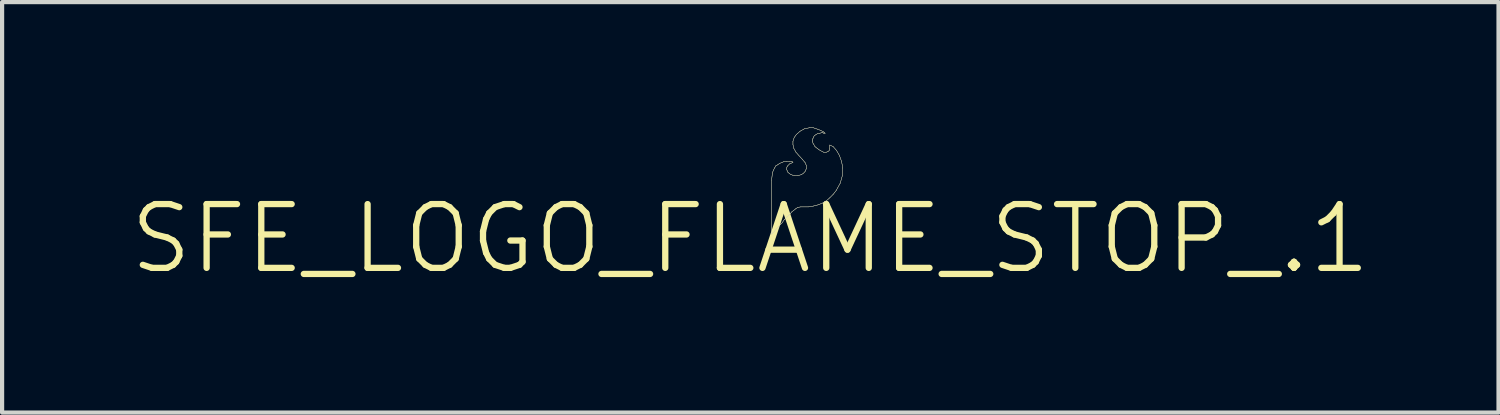
<source format=kicad_pcb>
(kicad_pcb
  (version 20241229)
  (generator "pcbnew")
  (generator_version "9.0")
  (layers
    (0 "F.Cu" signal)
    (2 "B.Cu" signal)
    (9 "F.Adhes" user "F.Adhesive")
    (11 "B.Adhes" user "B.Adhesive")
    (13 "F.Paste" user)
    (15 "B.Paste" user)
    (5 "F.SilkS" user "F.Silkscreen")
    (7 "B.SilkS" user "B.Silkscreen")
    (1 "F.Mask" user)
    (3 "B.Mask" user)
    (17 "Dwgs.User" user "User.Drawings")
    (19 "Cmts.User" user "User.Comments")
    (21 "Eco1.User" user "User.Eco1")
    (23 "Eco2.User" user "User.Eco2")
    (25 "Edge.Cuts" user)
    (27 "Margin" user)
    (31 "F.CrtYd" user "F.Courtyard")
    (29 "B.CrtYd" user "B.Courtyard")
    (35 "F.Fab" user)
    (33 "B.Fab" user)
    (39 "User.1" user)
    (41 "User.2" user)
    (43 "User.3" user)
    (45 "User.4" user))
  (footprint "SFE_LOGO_FLAME_STOP_.1"
    (layer "F.Cu")
    (at 14.877 2.653)
    (property "Reference" "SFE_LOGO_FLAME_STOP_.1" (at 0 0 0) (layer "F.SilkS") (effects (font (size 1.524 1.524) (thickness 0.15))))
    (attr exclude_from_pos_files exclude_from_bom)
    (fp_line (start 0.508 -1.389) (end 0.508 -0.109) (stroke (width 0.008) (type solid)) (layer "F.SilkS"))
    (fp_line (start 0.508 -0.109) (end 0.518 -0.109) (stroke (width 0.008) (type solid)) (layer "F.SilkS"))
    (fp_line (start 0.518 -0.109) (end 0.538 -0.14) (stroke (width 0.008) (type solid)) (layer "F.SilkS"))
    (fp_line (start 0.528 -1.57) (end 0.508 -1.389) (stroke (width 0.008) (type solid)) (layer "F.SilkS"))
    (fp_line (start 0.538 -0.14) (end 0.569 -0.168) (stroke (width 0.008) (type solid)) (layer "F.SilkS"))
    (fp_line (start 0.549 -1.628) (end 0.528 -1.57) (stroke (width 0.008) (type solid)) (layer "F.SilkS"))
    (fp_line (start 0.569 -0.168) (end 0.599 -0.208) (stroke (width 0.008) (type solid)) (layer "F.SilkS"))
    (fp_line (start 0.579 -1.689) (end 0.549 -1.628) (stroke (width 0.008) (type solid)) (layer "F.SilkS"))
    (fp_line (start 0.599 -0.208) (end 0.648 -0.259) (stroke (width 0.008) (type solid)) (layer "F.SilkS"))
    (fp_line (start 0.61 -1.74) (end 0.579 -1.689) (stroke (width 0.008) (type solid)) (layer "F.SilkS"))
    (fp_line (start 0.648 -0.259) (end 0.699 -0.318) (stroke (width 0.008) (type solid)) (layer "F.SilkS"))
    (fp_line (start 0.658 -1.768) (end 0.61 -1.74) (stroke (width 0.008) (type solid)) (layer "F.SilkS"))
    (fp_line (start 0.699 -1.798) (end 0.658 -1.768) (stroke (width 0.008) (type solid)) (layer "F.SilkS"))
    (fp_line (start 0.699 -0.318) (end 0.759 -0.378) (stroke (width 0.008) (type solid)) (layer "F.SilkS"))
    (fp_line (start 0.759 -0.378) (end 0.808 -0.45) (stroke (width 0.008) (type solid)) (layer "F.SilkS"))
    (fp_line (start 0.798 -1.839) (end 0.699 -1.798) (stroke (width 0.008) (type solid)) (layer "F.SilkS"))
    (fp_line (start 0.808 -0.45) (end 0.94 -0.579) (stroke (width 0.008) (type solid)) (layer "F.SilkS"))
    (fp_line (start 0.859 -1.849) (end 0.798 -1.839) (stroke (width 0.008) (type solid)) (layer "F.SilkS"))
    (fp_line (start 0.869 -1.689) (end 0.879 -1.72) (stroke (width 0.008) (type solid)) (layer "F.SilkS"))
    (fp_line (start 0.869 -1.659) (end 0.869 -1.689) (stroke (width 0.008) (type solid)) (layer "F.SilkS"))
    (fp_line (start 0.879 -1.72) (end 0.899 -1.748) (stroke (width 0.008) (type solid)) (layer "F.SilkS"))
    (fp_line (start 0.879 -1.628) (end 0.869 -1.659) (stroke (width 0.008) (type solid)) (layer "F.SilkS"))
    (fp_line (start 0.899 -1.748) (end 0.94 -1.788) (stroke (width 0.008) (type solid)) (layer "F.SilkS"))
    (fp_line (start 0.899 -1.587) (end 0.879 -1.628) (stroke (width 0.008) (type solid)) (layer "F.SilkS"))
    (fp_line (start 0.93 -1.56) (end 0.899 -1.587) (stroke (width 0.008) (type solid)) (layer "F.SilkS"))
    (fp_line (start 0.94 -1.849) (end 0.859 -1.849) (stroke (width 0.008) (type solid)) (layer "F.SilkS"))
    (fp_line (start 0.94 -1.788) (end 0.968 -1.798) (stroke (width 0.008) (type solid)) (layer "F.SilkS"))
    (fp_line (start 0.94 -0.579) (end 0.988 -0.638) (stroke (width 0.008) (type solid)) (layer "F.SilkS"))
    (fp_line (start 0.958 -1.539) (end 0.93 -1.56) (stroke (width 0.008) (type solid)) (layer "F.SilkS"))
    (fp_line (start 0.968 -1.798) (end 1.008 -1.819) (stroke (width 0.008) (type solid)) (layer "F.SilkS"))
    (fp_line (start 0.978 -1.839) (end 0.94 -1.849) (stroke (width 0.008) (type solid)) (layer "F.SilkS"))
    (fp_line (start 0.988 -0.638) (end 1.09 -0.719) (stroke (width 0.008) (type solid)) (layer "F.SilkS"))
    (fp_line (start 0.998 -1.839) (end 0.978 -1.839) (stroke (width 0.008) (type solid)) (layer "F.SilkS"))
    (fp_line (start 1.008 -1.819) (end 1.019 -1.829) (stroke (width 0.008) (type solid)) (layer "F.SilkS"))
    (fp_line (start 1.008 -1.519) (end 0.958 -1.539) (stroke (width 0.008) (type solid)) (layer "F.SilkS"))
    (fp_line (start 1.019 -2.329) (end 1.019 -2.248) (stroke (width 0.008) (type solid)) (layer "F.SilkS"))
    (fp_line (start 1.019 -2.248) (end 1.039 -2.159) (stroke (width 0.008) (type solid)) (layer "F.SilkS"))
    (fp_line (start 1.019 -1.829) (end 0.998 -1.839) (stroke (width 0.008) (type solid)) (layer "F.SilkS"))
    (fp_line (start 1.039 -2.159) (end 1.09 -2.068) (stroke (width 0.008) (type solid)) (layer "F.SilkS"))
    (fp_line (start 1.049 -2.418) (end 1.019 -2.329) (stroke (width 0.008) (type solid)) (layer "F.SilkS"))
    (fp_line (start 1.059 -1.509) (end 1.008 -1.519) (stroke (width 0.008) (type solid)) (layer "F.SilkS"))
    (fp_line (start 1.09 -2.068) (end 1.158 -1.989) (stroke (width 0.008) (type solid)) (layer "F.SilkS"))
    (fp_line (start 1.09 -0.719) (end 1.138 -0.749) (stroke (width 0.008) (type solid)) (layer "F.SilkS"))
    (fp_line (start 1.1 -2.489) (end 1.049 -2.418) (stroke (width 0.008) (type solid)) (layer "F.SilkS"))
    (fp_line (start 1.138 -1.509) (end 1.059 -1.509) (stroke (width 0.008) (type solid)) (layer "F.SilkS"))
    (fp_line (start 1.138 -0.749) (end 1.199 -0.759) (stroke (width 0.008) (type solid)) (layer "F.SilkS"))
    (fp_line (start 1.158 -1.989) (end 1.24 -1.9) (stroke (width 0.008) (type solid)) (layer "F.SilkS"))
    (fp_line (start 1.189 -2.568) (end 1.1 -2.489) (stroke (width 0.008) (type solid)) (layer "F.SilkS"))
    (fp_line (start 1.199 -0.759) (end 1.389 -0.759) (stroke (width 0.008) (type solid)) (layer "F.SilkS"))
    (fp_line (start 1.219 -1.529) (end 1.138 -1.509) (stroke (width 0.008) (type solid)) (layer "F.SilkS"))
    (fp_line (start 1.24 -1.9) (end 1.308 -1.819) (stroke (width 0.008) (type solid)) (layer "F.SilkS"))
    (fp_line (start 1.278 -1.57) (end 1.219 -1.529) (stroke (width 0.008) (type solid)) (layer "F.SilkS"))
    (fp_line (start 1.298 -2.629) (end 1.189 -2.568) (stroke (width 0.008) (type solid)) (layer "F.SilkS"))
    (fp_line (start 1.308 -1.819) (end 1.339 -1.748) (stroke (width 0.008) (type solid)) (layer "F.SilkS"))
    (fp_line (start 1.318 -1.618) (end 1.278 -1.57) (stroke (width 0.008) (type solid)) (layer "F.SilkS"))
    (fp_line (start 1.339 -1.748) (end 1.339 -1.679) (stroke (width 0.008) (type solid)) (layer "F.SilkS"))
    (fp_line (start 1.339 -1.679) (end 1.318 -1.618) (stroke (width 0.008) (type solid)) (layer "F.SilkS"))
    (fp_line (start 1.389 -0.759) (end 1.509 -0.78) (stroke (width 0.008) (type solid)) (layer "F.SilkS"))
    (fp_line (start 1.41 -2.649) (end 1.298 -2.629) (stroke (width 0.008) (type solid)) (layer "F.SilkS"))
    (fp_line (start 1.478 -2.349) (end 1.488 -2.38) (stroke (width 0.008) (type solid)) (layer "F.SilkS"))
    (fp_line (start 1.488 -2.38) (end 1.499 -2.398) (stroke (width 0.008) (type solid)) (layer "F.SilkS"))
    (fp_line (start 1.488 -2.319) (end 1.478 -2.349) (stroke (width 0.008) (type solid)) (layer "F.SilkS"))
    (fp_line (start 1.499 -2.398) (end 1.509 -2.428) (stroke (width 0.008) (type solid)) (layer "F.SilkS"))
    (fp_line (start 1.499 -2.278) (end 1.488 -2.319) (stroke (width 0.008) (type solid)) (layer "F.SilkS"))
    (fp_line (start 1.509 -2.649) (end 1.41 -2.649) (stroke (width 0.008) (type solid)) (layer "F.SilkS"))
    (fp_line (start 1.509 -2.428) (end 1.529 -2.459) (stroke (width 0.008) (type solid)) (layer "F.SilkS"))
    (fp_line (start 1.509 -0.78) (end 1.618 -0.808) (stroke (width 0.008) (type solid)) (layer "F.SilkS"))
    (fp_line (start 1.519 -2.248) (end 1.499 -2.278) (stroke (width 0.008) (type solid)) (layer "F.SilkS"))
    (fp_line (start 1.529 -2.459) (end 1.57 -2.489) (stroke (width 0.008) (type solid)) (layer "F.SilkS"))
    (fp_line (start 1.539 -2.21) (end 1.519 -2.248) (stroke (width 0.008) (type solid)) (layer "F.SilkS"))
    (fp_line (start 1.57 -2.489) (end 1.608 -2.51) (stroke (width 0.008) (type solid)) (layer "F.SilkS"))
    (fp_line (start 1.57 -2.179) (end 1.539 -2.21) (stroke (width 0.008) (type solid)) (layer "F.SilkS"))
    (fp_line (start 1.598 -2.619) (end 1.509 -2.649) (stroke (width 0.008) (type solid)) (layer "F.SilkS"))
    (fp_line (start 1.598 -2.159) (end 1.57 -2.179) (stroke (width 0.008) (type solid)) (layer "F.SilkS"))
    (fp_line (start 1.608 -2.51) (end 1.659 -2.52) (stroke (width 0.008) (type solid)) (layer "F.SilkS"))
    (fp_line (start 1.618 -0.808) (end 1.72 -0.848) (stroke (width 0.008) (type solid)) (layer "F.SilkS"))
    (fp_line (start 1.638 -2.129) (end 1.598 -2.159) (stroke (width 0.008) (type solid)) (layer "F.SilkS"))
    (fp_line (start 1.659 -2.52) (end 1.699 -2.53) (stroke (width 0.008) (type solid)) (layer "F.SilkS"))
    (fp_line (start 1.669 -2.108) (end 1.638 -2.129) (stroke (width 0.008) (type solid)) (layer "F.SilkS"))
    (fp_line (start 1.679 -2.588) (end 1.598 -2.619) (stroke (width 0.008) (type solid)) (layer "F.SilkS"))
    (fp_line (start 1.699 -2.53) (end 1.73 -2.53) (stroke (width 0.008) (type solid)) (layer "F.SilkS"))
    (fp_line (start 1.72 -0.848) (end 1.819 -0.909) (stroke (width 0.008) (type solid)) (layer "F.SilkS"))
    (fp_line (start 1.73 -2.53) (end 1.758 -2.52) (stroke (width 0.008) (type solid)) (layer "F.SilkS"))
    (fp_line (start 1.74 -2.558) (end 1.679 -2.588) (stroke (width 0.008) (type solid)) (layer "F.SilkS"))
    (fp_line (start 1.748 -2.068) (end 1.669 -2.108) (stroke (width 0.008) (type solid)) (layer "F.SilkS"))
    (fp_line (start 1.758 -2.52) (end 1.788 -2.52) (stroke (width 0.008) (type solid)) (layer "F.SilkS"))
    (fp_line (start 1.778 -2.53) (end 1.74 -2.558) (stroke (width 0.008) (type solid)) (layer "F.SilkS"))
    (fp_line (start 1.788 -2.52) (end 1.778 -2.53) (stroke (width 0.008) (type solid)) (layer "F.SilkS"))
    (fp_line (start 1.819 -2.068) (end 1.748 -2.068) (stroke (width 0.008) (type solid)) (layer "F.SilkS"))
    (fp_line (start 1.819 -0.909) (end 1.9 -0.978) (stroke (width 0.008) (type solid)) (layer "F.SilkS"))
    (fp_line (start 1.849 -2.078) (end 1.819 -2.068) (stroke (width 0.008) (type solid)) (layer "F.SilkS"))
    (fp_line (start 1.88 -2.098) (end 1.849 -2.078) (stroke (width 0.008) (type solid)) (layer "F.SilkS"))
    (fp_line (start 1.9 -2.238) (end 1.9 -2.159) (stroke (width 0.008) (type solid)) (layer "F.SilkS"))
    (fp_line (start 1.9 -2.159) (end 1.88 -2.098) (stroke (width 0.008) (type solid)) (layer "F.SilkS"))
    (fp_line (start 1.9 -0.978) (end 1.979 -1.059) (stroke (width 0.008) (type solid)) (layer "F.SilkS"))
    (fp_line (start 1.979 -2.2) (end 1.9 -2.238) (stroke (width 0.008) (type solid)) (layer "F.SilkS"))
    (fp_line (start 1.979 -1.059) (end 2.05 -1.148) (stroke (width 0.008) (type solid)) (layer "F.SilkS"))
    (fp_line (start 2.05 -1.148) (end 2.149 -1.328) (stroke (width 0.008) (type solid)) (layer "F.SilkS"))
    (fp_line (start 2.06 -2.108) (end 1.979 -2.2) (stroke (width 0.008) (type solid)) (layer "F.SilkS"))
    (fp_line (start 2.129 -1.989) (end 2.06 -2.108) (stroke (width 0.008) (type solid)) (layer "F.SilkS"))
    (fp_line (start 2.149 -1.328) (end 2.2 -1.509) (stroke (width 0.008) (type solid)) (layer "F.SilkS"))
    (fp_line (start 2.179 -1.849) (end 2.129 -1.989) (stroke (width 0.008) (type solid)) (layer "F.SilkS"))
    (fp_line (start 2.2 -1.509) (end 2.21 -1.689) (stroke (width 0.008) (type solid)) (layer "F.SilkS"))
    (fp_line (start 2.21 -1.689) (end 2.179 -1.849) (stroke (width 0.008) (type solid)) (layer "F.SilkS"))
    (fp_line (start 0.508 -1.389) (end 0.508 -0.109) (stroke (width 0.008) (type solid)) (layer "Dwgs.User"))
    (fp_line (start 0.508 -0.109) (end 0.518 -0.109) (stroke (width 0.008) (type solid)) (layer "Dwgs.User"))
    (fp_line (start 0.518 -0.109) (end 0.538 -0.14) (stroke (width 0.008) (type solid)) (layer "Dwgs.User"))
    (fp_line (start 0.528 -1.57) (end 0.508 -1.389) (stroke (width 0.008) (type solid)) (layer "Dwgs.User"))
    (fp_line (start 0.538 -0.14) (end 0.569 -0.168) (stroke (width 0.008) (type solid)) (layer "Dwgs.User"))
    (fp_line (start 0.549 -1.628) (end 0.528 -1.57) (stroke (width 0.008) (type solid)) (layer "Dwgs.User"))
    (fp_line (start 0.569 -0.168) (end 0.599 -0.208) (stroke (width 0.008) (type solid)) (layer "Dwgs.User"))
    (fp_line (start 0.579 -1.689) (end 0.549 -1.628) (stroke (width 0.008) (type solid)) (layer "Dwgs.User"))
    (fp_line (start 0.599 -0.208) (end 0.648 -0.259) (stroke (width 0.008) (type solid)) (layer "Dwgs.User"))
    (fp_line (start 0.61 -1.74) (end 0.579 -1.689) (stroke (width 0.008) (type solid)) (layer "Dwgs.User"))
    (fp_line (start 0.648 -0.259) (end 0.699 -0.318) (stroke (width 0.008) (type solid)) (layer "Dwgs.User"))
    (fp_line (start 0.658 -1.768) (end 0.61 -1.74) (stroke (width 0.008) (type solid)) (layer "Dwgs.User"))
    (fp_line (start 0.699 -1.798) (end 0.658 -1.768) (stroke (width 0.008) (type solid)) (layer "Dwgs.User"))
    (fp_line (start 0.699 -0.318) (end 0.759 -0.378) (stroke (width 0.008) (type solid)) (layer "Dwgs.User"))
    (fp_line (start 0.759 -0.378) (end 0.808 -0.45) (stroke (width 0.008) (type solid)) (layer "Dwgs.User"))
    (fp_line (start 0.798 -1.839) (end 0.699 -1.798) (stroke (width 0.008) (type solid)) (layer "Dwgs.User"))
    (fp_line (start 0.808 -0.45) (end 0.94 -0.579) (stroke (width 0.008) (type solid)) (layer "Dwgs.User"))
    (fp_line (start 0.859 -1.849) (end 0.798 -1.839) (stroke (width 0.008) (type solid)) (layer "Dwgs.User"))
    (fp_line (start 0.869 -1.689) (end 0.879 -1.72) (stroke (width 0.008) (type solid)) (layer "Dwgs.User"))
    (fp_line (start 0.869 -1.659) (end 0.869 -1.689) (stroke (width 0.008) (type solid)) (layer "Dwgs.User"))
    (fp_line (start 0.879 -1.72) (end 0.899 -1.748) (stroke (width 0.008) (type solid)) (layer "Dwgs.User"))
    (fp_line (start 0.879 -1.628) (end 0.869 -1.659) (stroke (width 0.008) (type solid)) (layer "Dwgs.User"))
    (fp_line (start 0.899 -1.748) (end 0.94 -1.788) (stroke (width 0.008) (type solid)) (layer "Dwgs.User"))
    (fp_line (start 0.899 -1.587) (end 0.879 -1.628) (stroke (width 0.008) (type solid)) (layer "Dwgs.User"))
    (fp_line (start 0.93 -1.56) (end 0.899 -1.587) (stroke (width 0.008) (type solid)) (layer "Dwgs.User"))
    (fp_line (start 0.94 -1.849) (end 0.859 -1.849) (stroke (width 0.008) (type solid)) (layer "Dwgs.User"))
    (fp_line (start 0.94 -1.788) (end 0.968 -1.798) (stroke (width 0.008) (type solid)) (layer "Dwgs.User"))
    (fp_line (start 0.94 -0.579) (end 0.988 -0.638) (stroke (width 0.008) (type solid)) (layer "Dwgs.User"))
    (fp_line (start 0.958 -1.539) (end 0.93 -1.56) (stroke (width 0.008) (type solid)) (layer "Dwgs.User"))
    (fp_line (start 0.968 -1.798) (end 1.008 -1.819) (stroke (width 0.008) (type solid)) (layer "Dwgs.User"))
    (fp_line (start 0.978 -1.839) (end 0.94 -1.849) (stroke (width 0.008) (type solid)) (layer "Dwgs.User"))
    (fp_line (start 0.988 -0.638) (end 1.09 -0.719) (stroke (width 0.008) (type solid)) (layer "Dwgs.User"))
    (fp_line (start 0.998 -1.839) (end 0.978 -1.839) (stroke (width 0.008) (type solid)) (layer "Dwgs.User"))
    (fp_line (start 1.008 -1.819) (end 1.019 -1.829) (stroke (width 0.008) (type solid)) (layer "Dwgs.User"))
    (fp_line (start 1.008 -1.519) (end 0.958 -1.539) (stroke (width 0.008) (type solid)) (layer "Dwgs.User"))
    (fp_line (start 1.019 -2.329) (end 1.019 -2.248) (stroke (width 0.008) (type solid)) (layer "Dwgs.User"))
    (fp_line (start 1.019 -2.248) (end 1.039 -2.159) (stroke (width 0.008) (type solid)) (layer "Dwgs.User"))
    (fp_line (start 1.019 -1.829) (end 0.998 -1.839) (stroke (width 0.008) (type solid)) (layer "Dwgs.User"))
    (fp_line (start 1.039 -2.159) (end 1.09 -2.068) (stroke (width 0.008) (type solid)) (layer "Dwgs.User"))
    (fp_line (start 1.049 -2.418) (end 1.019 -2.329) (stroke (width 0.008) (type solid)) (layer "Dwgs.User"))
    (fp_line (start 1.059 -1.509) (end 1.008 -1.519) (stroke (width 0.008) (type solid)) (layer "Dwgs.User"))
    (fp_line (start 1.09 -2.068) (end 1.158 -1.989) (stroke (width 0.008) (type solid)) (layer "Dwgs.User"))
    (fp_line (start 1.09 -0.719) (end 1.138 -0.749) (stroke (width 0.008) (type solid)) (layer "Dwgs.User"))
    (fp_line (start 1.1 -2.489) (end 1.049 -2.418) (stroke (width 0.008) (type solid)) (layer "Dwgs.User"))
    (fp_line (start 1.138 -1.509) (end 1.059 -1.509) (stroke (width 0.008) (type solid)) (layer "Dwgs.User"))
    (fp_line (start 1.138 -0.749) (end 1.199 -0.759) (stroke (width 0.008) (type solid)) (layer "Dwgs.User"))
    (fp_line (start 1.158 -1.989) (end 1.24 -1.9) (stroke (width 0.008) (type solid)) (layer "Dwgs.User"))
    (fp_line (start 1.189 -2.568) (end 1.1 -2.489) (stroke (width 0.008) (type solid)) (layer "Dwgs.User"))
    (fp_line (start 1.199 -0.759) (end 1.389 -0.759) (stroke (width 0.008) (type solid)) (layer "Dwgs.User"))
    (fp_line (start 1.219 -1.529) (end 1.138 -1.509) (stroke (width 0.008) (type solid)) (layer "Dwgs.User"))
    (fp_line (start 1.24 -1.9) (end 1.308 -1.819) (stroke (width 0.008) (type solid)) (layer "Dwgs.User"))
    (fp_line (start 1.278 -1.57) (end 1.219 -1.529) (stroke (width 0.008) (type solid)) (layer "Dwgs.User"))
    (fp_line (start 1.298 -2.629) (end 1.189 -2.568) (stroke (width 0.008) (type solid)) (layer "Dwgs.User"))
    (fp_line (start 1.308 -1.819) (end 1.339 -1.748) (stroke (width 0.008) (type solid)) (layer "Dwgs.User"))
    (fp_line (start 1.318 -1.618) (end 1.278 -1.57) (stroke (width 0.008) (type solid)) (layer "Dwgs.User"))
    (fp_line (start 1.339 -1.748) (end 1.339 -1.679) (stroke (width 0.008) (type solid)) (layer "Dwgs.User"))
    (fp_line (start 1.339 -1.679) (end 1.318 -1.618) (stroke (width 0.008) (type solid)) (layer "Dwgs.User"))
    (fp_line (start 1.389 -0.759) (end 1.509 -0.78) (stroke (width 0.008) (type solid)) (layer "Dwgs.User"))
    (fp_line (start 1.41 -2.649) (end 1.298 -2.629) (stroke (width 0.008) (type solid)) (layer "Dwgs.User"))
    (fp_line (start 1.478 -2.349) (end 1.488 -2.38) (stroke (width 0.008) (type solid)) (layer "Dwgs.User"))
    (fp_line (start 1.488 -2.38) (end 1.499 -2.398) (stroke (width 0.008) (type solid)) (layer "Dwgs.User"))
    (fp_line (start 1.488 -2.319) (end 1.478 -2.349) (stroke (width 0.008) (type solid)) (layer "Dwgs.User"))
    (fp_line (start 1.499 -2.398) (end 1.509 -2.428) (stroke (width 0.008) (type solid)) (layer "Dwgs.User"))
    (fp_line (start 1.499 -2.278) (end 1.488 -2.319) (stroke (width 0.008) (type solid)) (layer "Dwgs.User"))
    (fp_line (start 1.509 -2.649) (end 1.41 -2.649) (stroke (width 0.008) (type solid)) (layer "Dwgs.User"))
    (fp_line (start 1.509 -2.428) (end 1.529 -2.459) (stroke (width 0.008) (type solid)) (layer "Dwgs.User"))
    (fp_line (start 1.509 -0.78) (end 1.618 -0.808) (stroke (width 0.008) (type solid)) (layer "Dwgs.User"))
    (fp_line (start 1.519 -2.248) (end 1.499 -2.278) (stroke (width 0.008) (type solid)) (layer "Dwgs.User"))
    (fp_line (start 1.529 -2.459) (end 1.57 -2.489) (stroke (width 0.008) (type solid)) (layer "Dwgs.User"))
    (fp_line (start 1.539 -2.21) (end 1.519 -2.248) (stroke (width 0.008) (type solid)) (layer "Dwgs.User"))
    (fp_line (start 1.57 -2.489) (end 1.608 -2.51) (stroke (width 0.008) (type solid)) (layer "Dwgs.User"))
    (fp_line (start 1.57 -2.179) (end 1.539 -2.21) (stroke (width 0.008) (type solid)) (layer "Dwgs.User"))
    (fp_line (start 1.598 -2.619) (end 1.509 -2.649) (stroke (width 0.008) (type solid)) (layer "Dwgs.User"))
    (fp_line (start 1.598 -2.159) (end 1.57 -2.179) (stroke (width 0.008) (type solid)) (layer "Dwgs.User"))
    (fp_line (start 1.608 -2.51) (end 1.659 -2.52) (stroke (width 0.008) (type solid)) (layer "Dwgs.User"))
    (fp_line (start 1.618 -0.808) (end 1.72 -0.848) (stroke (width 0.008) (type solid)) (layer "Dwgs.User"))
    (fp_line (start 1.638 -2.129) (end 1.598 -2.159) (stroke (width 0.008) (type solid)) (layer "Dwgs.User"))
    (fp_line (start 1.659 -2.52) (end 1.699 -2.53) (stroke (width 0.008) (type solid)) (layer "Dwgs.User"))
    (fp_line (start 1.669 -2.108) (end 1.638 -2.129) (stroke (width 0.008) (type solid)) (layer "Dwgs.User"))
    (fp_line (start 1.679 -2.588) (end 1.598 -2.619) (stroke (width 0.008) (type solid)) (layer "Dwgs.User"))
    (fp_line (start 1.699 -2.53) (end 1.73 -2.53) (stroke (width 0.008) (type solid)) (layer "Dwgs.User"))
    (fp_line (start 1.72 -0.848) (end 1.819 -0.909) (stroke (width 0.008) (type solid)) (layer "Dwgs.User"))
    (fp_line (start 1.73 -2.53) (end 1.758 -2.52) (stroke (width 0.008) (type solid)) (layer "Dwgs.User"))
    (fp_line (start 1.74 -2.558) (end 1.679 -2.588) (stroke (width 0.008) (type solid)) (layer "Dwgs.User"))
    (fp_line (start 1.748 -2.068) (end 1.669 -2.108) (stroke (width 0.008) (type solid)) (layer "Dwgs.User"))
    (fp_line (start 1.758 -2.52) (end 1.788 -2.52) (stroke (width 0.008) (type solid)) (layer "Dwgs.User"))
    (fp_line (start 1.778 -2.53) (end 1.74 -2.558) (stroke (width 0.008) (type solid)) (layer "Dwgs.User"))
    (fp_line (start 1.788 -2.52) (end 1.778 -2.53) (stroke (width 0.008) (type solid)) (layer "Dwgs.User"))
    (fp_line (start 1.819 -2.068) (end 1.748 -2.068) (stroke (width 0.008) (type solid)) (layer "Dwgs.User"))
    (fp_line (start 1.819 -0.909) (end 1.9 -0.978) (stroke (width 0.008) (type solid)) (layer "Dwgs.User"))
    (fp_line (start 1.849 -2.078) (end 1.819 -2.068) (stroke (width 0.008) (type solid)) (layer "Dwgs.User"))
    (fp_line (start 1.88 -2.098) (end 1.849 -2.078) (stroke (width 0.008) (type solid)) (layer "Dwgs.User"))
    (fp_line (start 1.9 -2.238) (end 1.9 -2.159) (stroke (width 0.008) (type solid)) (layer "Dwgs.User"))
    (fp_line (start 1.9 -2.159) (end 1.88 -2.098) (stroke (width 0.008) (type solid)) (layer "Dwgs.User"))
    (fp_line (start 1.9 -0.978) (end 1.979 -1.059) (stroke (width 0.008) (type solid)) (layer "Dwgs.User"))
    (fp_line (start 1.979 -2.2) (end 1.9 -2.238) (stroke (width 0.008) (type solid)) (layer "Dwgs.User"))
    (fp_line (start 1.979 -1.059) (end 2.05 -1.148) (stroke (width 0.008) (type solid)) (layer "Dwgs.User"))
    (fp_line (start 2.05 -1.148) (end 2.149 -1.328) (stroke (width 0.008) (type solid)) (layer "Dwgs.User"))
    (fp_line (start 2.06 -2.108) (end 1.979 -2.2) (stroke (width 0.008) (type solid)) (layer "Dwgs.User"))
    (fp_line (start 2.129 -1.989) (end 2.06 -2.108) (stroke (width 0.008) (type solid)) (layer "Dwgs.User"))
    (fp_line (start 2.149 -1.328) (end 2.2 -1.509) (stroke (width 0.008) (type solid)) (layer "Dwgs.User"))
    (fp_line (start 2.179 -1.849) (end 2.129 -1.989) (stroke (width 0.008) (type solid)) (layer "Dwgs.User"))
    (fp_line (start 2.2 -1.509) (end 2.21 -1.689) (stroke (width 0.008) (type solid)) (layer "Dwgs.User"))
    (fp_line (start 2.21 -1.689) (end 2.179 -1.849) (stroke (width 0.008) (type solid)) (layer "Dwgs.User")))
  (gr_rect
    (start -3 -3)
    (end 32.754 6.808)
    (stroke (width 0.1) (type default))
    (fill no)
    (layer "Edge.Cuts")))
</source>
